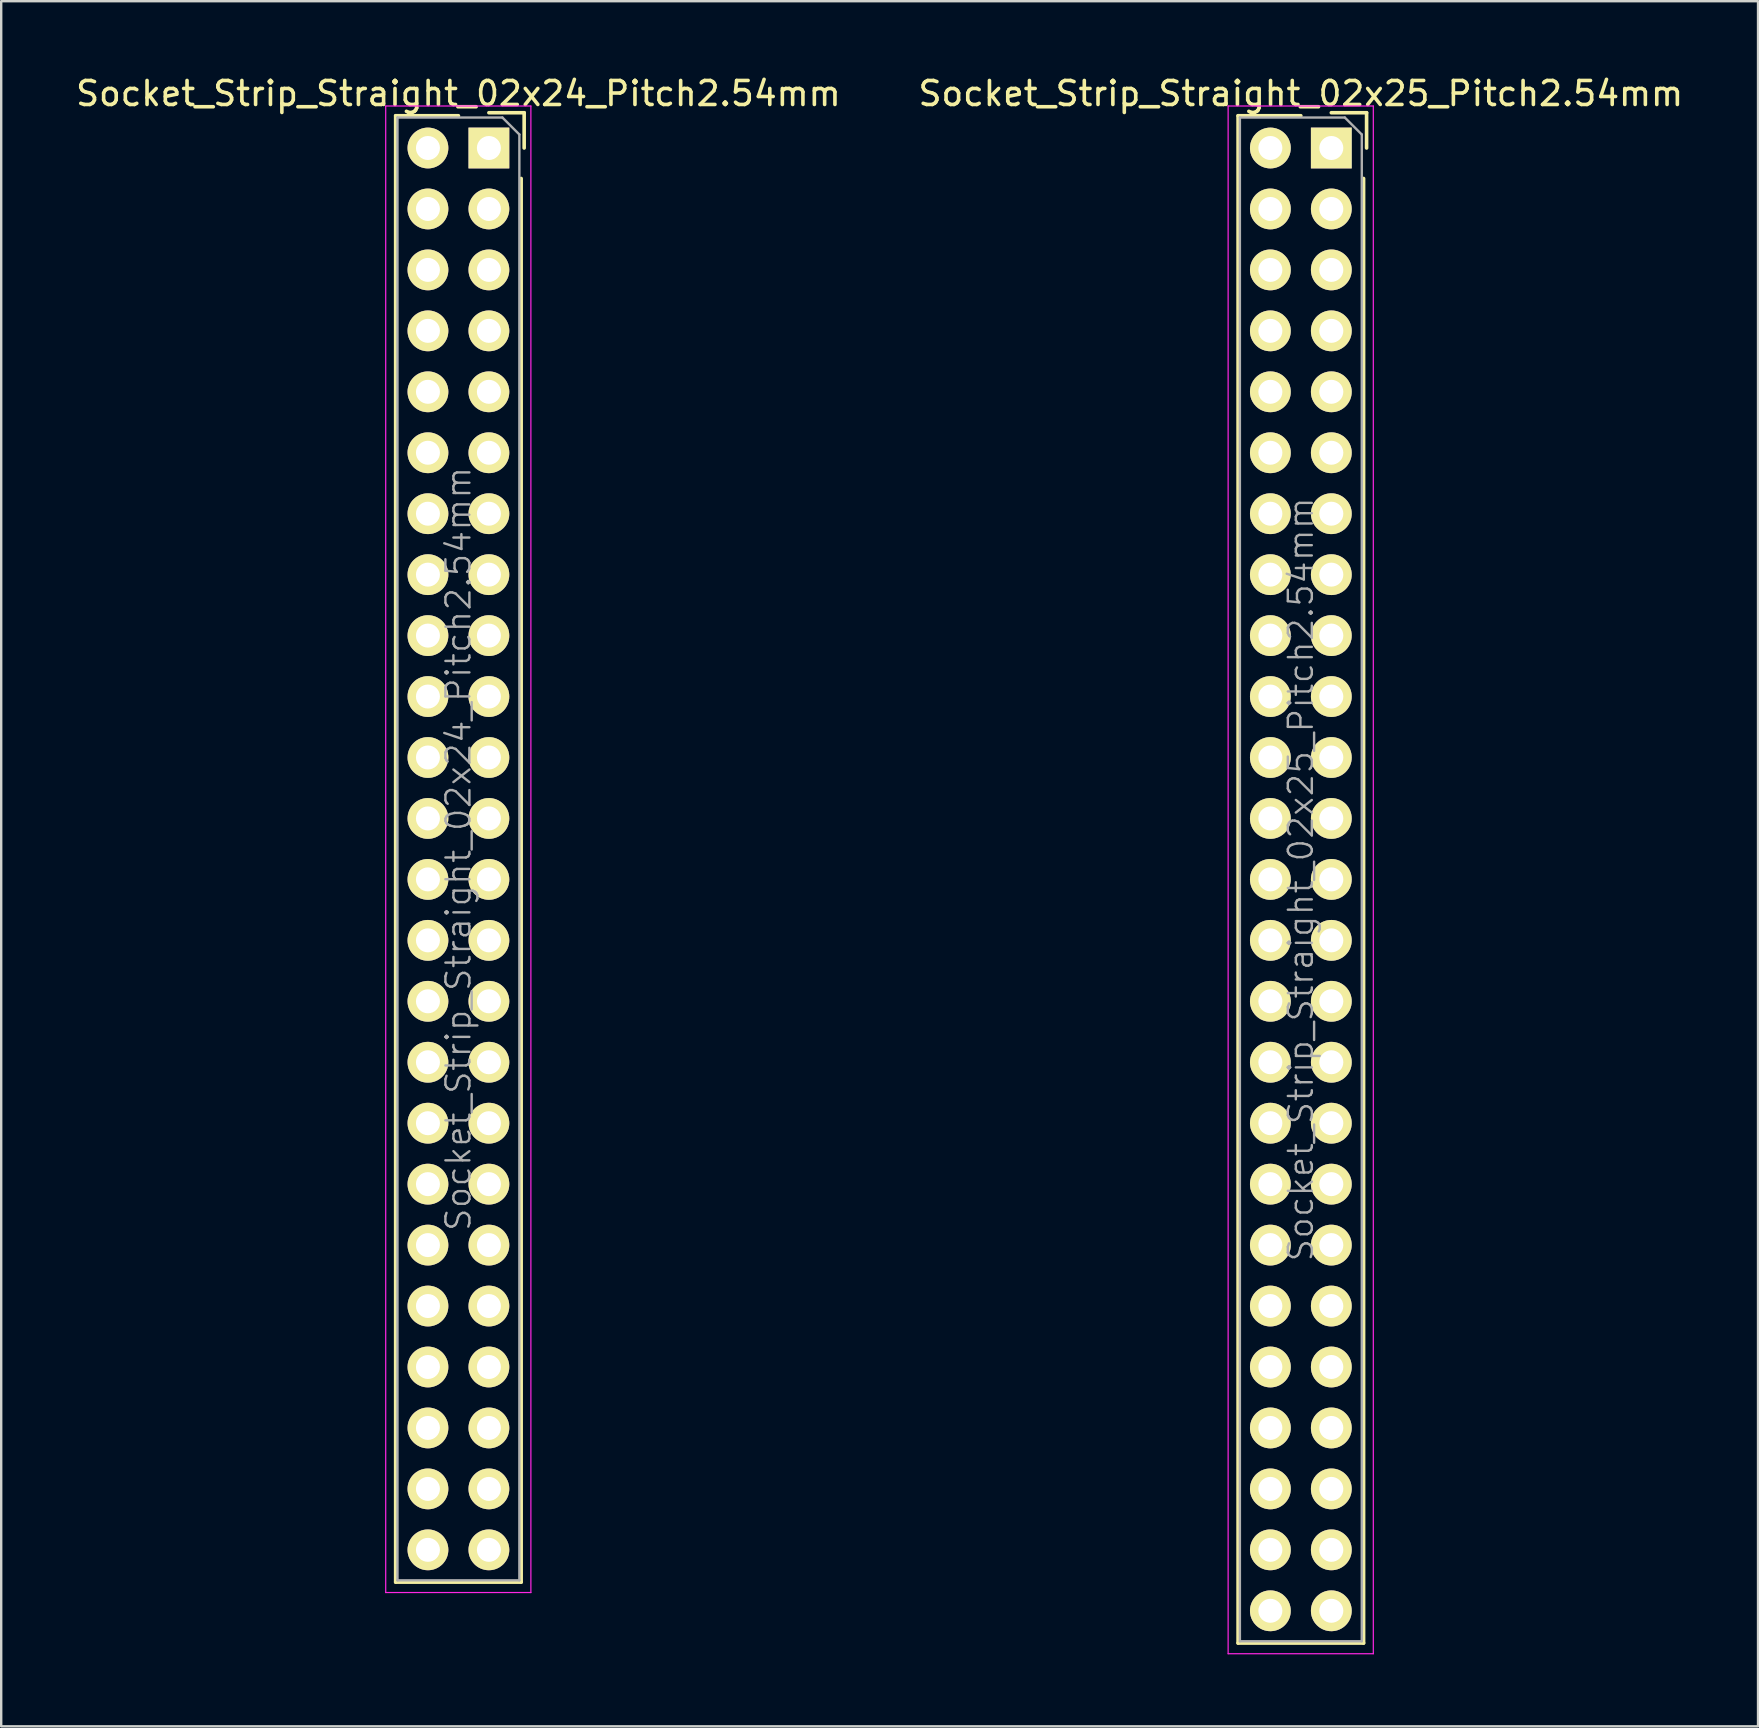
<source format=kicad_pcb>
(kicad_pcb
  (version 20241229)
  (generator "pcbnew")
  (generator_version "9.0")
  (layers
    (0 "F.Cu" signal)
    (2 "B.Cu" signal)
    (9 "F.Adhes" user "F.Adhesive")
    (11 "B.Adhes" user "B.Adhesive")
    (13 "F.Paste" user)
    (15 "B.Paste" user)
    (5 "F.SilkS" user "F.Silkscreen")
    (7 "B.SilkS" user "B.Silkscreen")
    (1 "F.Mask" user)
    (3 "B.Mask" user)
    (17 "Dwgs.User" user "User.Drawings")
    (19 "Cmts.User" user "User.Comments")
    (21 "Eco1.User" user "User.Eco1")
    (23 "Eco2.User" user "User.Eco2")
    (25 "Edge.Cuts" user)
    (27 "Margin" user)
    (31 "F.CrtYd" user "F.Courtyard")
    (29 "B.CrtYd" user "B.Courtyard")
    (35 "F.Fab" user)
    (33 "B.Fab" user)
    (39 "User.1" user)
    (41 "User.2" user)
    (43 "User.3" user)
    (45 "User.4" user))
  (footprint "Socket_Strip_Straight_02x24_Pitch2.54mm"
    (layer "F.Cu")
    (at 17.324 3.118)
    (property "Reference" "Socket_Strip_Straight_02x24_Pitch2.54mm" (at -1.27 -2.27 0) (layer "F.SilkS") (effects (font (size 1 1) (thickness 0.15))))
    (attr smd)
    (fp_line (start -3.885 -1.345) (end -3.885 59.765) (stroke (width 0.15) (type solid)) (layer "F.SilkS"))
    (fp_line (start -1.27 -1.345) (end -3.885 -1.345) (stroke (width 0.15) (type solid)) (layer "F.SilkS"))
    (fp_line (start 1.345 1.27) (end 1.345 59.765) (stroke (width 0.15) (type solid)) (layer "F.SilkS"))
    (fp_line (start 1.345 59.765) (end -3.885 59.765) (stroke (width 0.15) (type solid)) (layer "F.SilkS"))
    (fp_line (start 1.47 -1.47) (end 0 -1.47) (stroke (width 0.15) (type solid)) (layer "F.SilkS"))
    (fp_line (start 1.47 -1.47) (end 1.47 0) (stroke (width 0.15) (type solid)) (layer "F.SilkS"))
    (fp_line (start -4.3 -1.75) (end -4.3 60.2) (stroke (width 0.05) (type solid)) (layer "F.CrtYd"))
    (fp_line (start 1.75 -1.75) (end -4.3 -1.75) (stroke (width 0.05) (type solid)) (layer "F.CrtYd"))
    (fp_line (start 1.75 -1.75) (end 1.75 60.2) (stroke (width 0.05) (type solid)) (layer "F.CrtYd"))
    (fp_line (start 1.75 60.2) (end -4.3 60.2) (stroke (width 0.05) (type solid)) (layer "F.CrtYd"))
    (fp_line (start -3.81 -1.27) (end 0.563 -1.27) (stroke (width 0.1) (type solid)) (layer "F.Fab"))
    (fp_line (start -3.81 59.69) (end -3.81 -1.27) (stroke (width 0.1) (type solid)) (layer "F.Fab"))
    (fp_line (start -3.81 59.69) (end 1.27 59.69) (stroke (width 0.1) (type solid)) (layer "F.Fab"))
    (fp_line (start 1.27 -0.563) (end 0.563 -1.27) (stroke (width 0.1) (type solid)) (layer "F.Fab"))
    (fp_line (start 1.27 59.69) (end 1.27 -0.563) (stroke (width 0.1) (type solid)) (layer "F.Fab"))
    (fp_text user "${REFERENCE}" (at -1.27 29.21 90) (layer "F.Fab") (effects (font (size 1 1) (thickness 0.1))))
    (pad "1" thru_hole rect (at 0 0) (size 1.7 1.7) (drill 1) (layers "*.Cu" "*.Mask" "F.SilkS"))
    (pad "2" thru_hole oval (at -2.54 0) (size 1.7 1.7) (drill 1) (layers "*.Cu" "*.Mask" "F.SilkS"))
    (pad "3" thru_hole oval (at 0 2.54) (size 1.7 1.7) (drill 1) (layers "*.Cu" "*.Mask" "F.SilkS"))
    (pad "4" thru_hole oval (at -2.54 2.54) (size 1.7 1.7) (drill 1) (layers "*.Cu" "*.Mask" "F.SilkS"))
    (pad "5" thru_hole oval (at 0 5.08) (size 1.7 1.7) (drill 1) (layers "*.Cu" "*.Mask" "F.SilkS"))
    (pad "6" thru_hole oval (at -2.54 5.08) (size 1.7 1.7) (drill 1) (layers "*.Cu" "*.Mask" "F.SilkS"))
    (pad "7" thru_hole oval (at 0 7.62) (size 1.7 1.7) (drill 1) (layers "*.Cu" "*.Mask" "F.SilkS"))
    (pad "8" thru_hole oval (at -2.54 7.62) (size 1.7 1.7) (drill 1) (layers "*.Cu" "*.Mask" "F.SilkS"))
    (pad "9" thru_hole oval (at 0 10.16) (size 1.7 1.7) (drill 1) (layers "*.Cu" "*.Mask" "F.SilkS"))
    (pad "10" thru_hole oval (at -2.54 10.16) (size 1.7 1.7) (drill 1) (layers "*.Cu" "*.Mask" "F.SilkS"))
    (pad "11" thru_hole oval (at 0 12.7) (size 1.7 1.7) (drill 1) (layers "*.Cu" "*.Mask" "F.SilkS"))
    (pad "12" thru_hole oval (at -2.54 12.7) (size 1.7 1.7) (drill 1) (layers "*.Cu" "*.Mask" "F.SilkS"))
    (pad "13" thru_hole oval (at 0 15.24) (size 1.7 1.7) (drill 1) (layers "*.Cu" "*.Mask" "F.SilkS"))
    (pad "14" thru_hole oval (at -2.54 15.24) (size 1.7 1.7) (drill 1) (layers "*.Cu" "*.Mask" "F.SilkS"))
    (pad "15" thru_hole oval (at 0 17.78) (size 1.7 1.7) (drill 1) (layers "*.Cu" "*.Mask" "F.SilkS"))
    (pad "16" thru_hole oval (at -2.54 17.78) (size 1.7 1.7) (drill 1) (layers "*.Cu" "*.Mask" "F.SilkS"))
    (pad "17" thru_hole oval (at 0 20.32) (size 1.7 1.7) (drill 1) (layers "*.Cu" "*.Mask" "F.SilkS"))
    (pad "18" thru_hole oval (at -2.54 20.32) (size 1.7 1.7) (drill 1) (layers "*.Cu" "*.Mask" "F.SilkS"))
    (pad "19" thru_hole oval (at 0 22.86) (size 1.7 1.7) (drill 1) (layers "*.Cu" "*.Mask" "F.SilkS"))
    (pad "20" thru_hole oval (at -2.54 22.86) (size 1.7 1.7) (drill 1) (layers "*.Cu" "*.Mask" "F.SilkS"))
    (pad "21" thru_hole oval (at 0 25.4) (size 1.7 1.7) (drill 1) (layers "*.Cu" "*.Mask" "F.SilkS"))
    (pad "22" thru_hole oval (at -2.54 25.4) (size 1.7 1.7) (drill 1) (layers "*.Cu" "*.Mask" "F.SilkS"))
    (pad "23" thru_hole oval (at 0 27.94) (size 1.7 1.7) (drill 1) (layers "*.Cu" "*.Mask" "F.SilkS"))
    (pad "24" thru_hole oval (at -2.54 27.94) (size 1.7 1.7) (drill 1) (layers "*.Cu" "*.Mask" "F.SilkS"))
    (pad "25" thru_hole oval (at 0 30.48) (size 1.7 1.7) (drill 1) (layers "*.Cu" "*.Mask" "F.SilkS"))
    (pad "26" thru_hole oval (at -2.54 30.48) (size 1.7 1.7) (drill 1) (layers "*.Cu" "*.Mask" "F.SilkS"))
    (pad "27" thru_hole oval (at 0 33.02) (size 1.7 1.7) (drill 1) (layers "*.Cu" "*.Mask" "F.SilkS"))
    (pad "28" thru_hole oval (at -2.54 33.02) (size 1.7 1.7) (drill 1) (layers "*.Cu" "*.Mask" "F.SilkS"))
    (pad "29" thru_hole oval (at 0 35.56) (size 1.7 1.7) (drill 1) (layers "*.Cu" "*.Mask" "F.SilkS"))
    (pad "30" thru_hole oval (at -2.54 35.56) (size 1.7 1.7) (drill 1) (layers "*.Cu" "*.Mask" "F.SilkS"))
    (pad "31" thru_hole oval (at 0 38.1) (size 1.7 1.7) (drill 1) (layers "*.Cu" "*.Mask" "F.SilkS"))
    (pad "32" thru_hole oval (at -2.54 38.1) (size 1.7 1.7) (drill 1) (layers "*.Cu" "*.Mask" "F.SilkS"))
    (pad "33" thru_hole oval (at 0 40.64) (size 1.7 1.7) (drill 1) (layers "*.Cu" "*.Mask" "F.SilkS"))
    (pad "34" thru_hole oval (at -2.54 40.64) (size 1.7 1.7) (drill 1) (layers "*.Cu" "*.Mask" "F.SilkS"))
    (pad "35" thru_hole oval (at 0 43.18) (size 1.7 1.7) (drill 1) (layers "*.Cu" "*.Mask" "F.SilkS"))
    (pad "36" thru_hole oval (at -2.54 43.18) (size 1.7 1.7) (drill 1) (layers "*.Cu" "*.Mask" "F.SilkS"))
    (pad "37" thru_hole oval (at 0 45.72) (size 1.7 1.7) (drill 1) (layers "*.Cu" "*.Mask" "F.SilkS"))
    (pad "38" thru_hole oval (at -2.54 45.72) (size 1.7 1.7) (drill 1) (layers "*.Cu" "*.Mask" "F.SilkS"))
    (pad "39" thru_hole oval (at 0 48.26) (size 1.7 1.7) (drill 1) (layers "*.Cu" "*.Mask" "F.SilkS"))
    (pad "40" thru_hole oval (at -2.54 48.26) (size 1.7 1.7) (drill 1) (layers "*.Cu" "*.Mask" "F.SilkS"))
    (pad "41" thru_hole oval (at 0 50.8) (size 1.7 1.7) (drill 1) (layers "*.Cu" "*.Mask" "F.SilkS"))
    (pad "42" thru_hole oval (at -2.54 50.8) (size 1.7 1.7) (drill 1) (layers "*.Cu" "*.Mask" "F.SilkS"))
    (pad "43" thru_hole oval (at 0 53.34) (size 1.7 1.7) (drill 1) (layers "*.Cu" "*.Mask" "F.SilkS"))
    (pad "44" thru_hole oval (at -2.54 53.34) (size 1.7 1.7) (drill 1) (layers "*.Cu" "*.Mask" "F.SilkS"))
    (pad "45" thru_hole oval (at 0 55.88) (size 1.7 1.7) (drill 1) (layers "*.Cu" "*.Mask" "F.SilkS"))
    (pad "46" thru_hole oval (at -2.54 55.88) (size 1.7 1.7) (drill 1) (layers "*.Cu" "*.Mask" "F.SilkS"))
    (pad "47" thru_hole oval (at 0 58.42) (size 1.7 1.7) (drill 1) (layers "*.Cu" "*.Mask" "F.SilkS"))
    (pad "48" thru_hole oval (at -2.54 58.42) (size 1.7 1.7) (drill 1) (layers "*.Cu" "*.Mask" "F.SilkS")))
  (footprint "Socket_Strip_Straight_02x25_Pitch2.54mm"
    (layer "F.Cu")
    (at 52.431 3.118)
    (property "Reference" "Socket_Strip_Straight_02x25_Pitch2.54mm" (at -1.27 -2.27 0) (layer "F.SilkS") (effects (font (size 1 1) (thickness 0.15))))
    (attr smd)
    (fp_line (start -3.885 -1.345) (end -3.885 62.305) (stroke (width 0.15) (type solid)) (layer "F.SilkS"))
    (fp_line (start -1.27 -1.345) (end -3.885 -1.345) (stroke (width 0.15) (type solid)) (layer "F.SilkS"))
    (fp_line (start 1.345 1.27) (end 1.345 62.305) (stroke (width 0.15) (type solid)) (layer "F.SilkS"))
    (fp_line (start 1.345 62.305) (end -3.885 62.305) (stroke (width 0.15) (type solid)) (layer "F.SilkS"))
    (fp_line (start 1.47 -1.47) (end 0 -1.47) (stroke (width 0.15) (type solid)) (layer "F.SilkS"))
    (fp_line (start 1.47 -1.47) (end 1.47 0) (stroke (width 0.15) (type solid)) (layer "F.SilkS"))
    (fp_line (start -4.3 -1.75) (end -4.3 62.75) (stroke (width 0.05) (type solid)) (layer "F.CrtYd"))
    (fp_line (start 1.75 -1.75) (end -4.3 -1.75) (stroke (width 0.05) (type solid)) (layer "F.CrtYd"))
    (fp_line (start 1.75 -1.75) (end 1.75 62.75) (stroke (width 0.05) (type solid)) (layer "F.CrtYd"))
    (fp_line (start 1.75 62.75) (end -4.3 62.75) (stroke (width 0.05) (type solid)) (layer "F.CrtYd"))
    (fp_line (start -3.81 -1.27) (end 0.563 -1.27) (stroke (width 0.1) (type solid)) (layer "F.Fab"))
    (fp_line (start -3.81 62.23) (end -3.81 -1.27) (stroke (width 0.1) (type solid)) (layer "F.Fab"))
    (fp_line (start -3.81 62.23) (end 1.27 62.23) (stroke (width 0.1) (type solid)) (layer "F.Fab"))
    (fp_line (start 1.27 -0.563) (end 0.563 -1.27) (stroke (width 0.1) (type solid)) (layer "F.Fab"))
    (fp_line (start 1.27 62.23) (end 1.27 -0.563) (stroke (width 0.1) (type solid)) (layer "F.Fab"))
    (fp_text user "${REFERENCE}" (at -1.27 30.48 90) (layer "F.Fab") (effects (font (size 1 1) (thickness 0.1))))
    (pad "1" thru_hole rect (at 0 0) (size 1.7 1.7) (drill 1) (layers "*.Cu" "*.Mask" "F.SilkS"))
    (pad "2" thru_hole oval (at -2.54 0) (size 1.7 1.7) (drill 1) (layers "*.Cu" "*.Mask" "F.SilkS"))
    (pad "3" thru_hole oval (at 0 2.54) (size 1.7 1.7) (drill 1) (layers "*.Cu" "*.Mask" "F.SilkS"))
    (pad "4" thru_hole oval (at -2.54 2.54) (size 1.7 1.7) (drill 1) (layers "*.Cu" "*.Mask" "F.SilkS"))
    (pad "5" thru_hole oval (at 0 5.08) (size 1.7 1.7) (drill 1) (layers "*.Cu" "*.Mask" "F.SilkS"))
    (pad "6" thru_hole oval (at -2.54 5.08) (size 1.7 1.7) (drill 1) (layers "*.Cu" "*.Mask" "F.SilkS"))
    (pad "7" thru_hole oval (at 0 7.62) (size 1.7 1.7) (drill 1) (layers "*.Cu" "*.Mask" "F.SilkS"))
    (pad "8" thru_hole oval (at -2.54 7.62) (size 1.7 1.7) (drill 1) (layers "*.Cu" "*.Mask" "F.SilkS"))
    (pad "9" thru_hole oval (at 0 10.16) (size 1.7 1.7) (drill 1) (layers "*.Cu" "*.Mask" "F.SilkS"))
    (pad "10" thru_hole oval (at -2.54 10.16) (size 1.7 1.7) (drill 1) (layers "*.Cu" "*.Mask" "F.SilkS"))
    (pad "11" thru_hole oval (at 0 12.7) (size 1.7 1.7) (drill 1) (layers "*.Cu" "*.Mask" "F.SilkS"))
    (pad "12" thru_hole oval (at -2.54 12.7) (size 1.7 1.7) (drill 1) (layers "*.Cu" "*.Mask" "F.SilkS"))
    (pad "13" thru_hole oval (at 0 15.24) (size 1.7 1.7) (drill 1) (layers "*.Cu" "*.Mask" "F.SilkS"))
    (pad "14" thru_hole oval (at -2.54 15.24) (size 1.7 1.7) (drill 1) (layers "*.Cu" "*.Mask" "F.SilkS"))
    (pad "15" thru_hole oval (at 0 17.78) (size 1.7 1.7) (drill 1) (layers "*.Cu" "*.Mask" "F.SilkS"))
    (pad "16" thru_hole oval (at -2.54 17.78) (size 1.7 1.7) (drill 1) (layers "*.Cu" "*.Mask" "F.SilkS"))
    (pad "17" thru_hole oval (at 0 20.32) (size 1.7 1.7) (drill 1) (layers "*.Cu" "*.Mask" "F.SilkS"))
    (pad "18" thru_hole oval (at -2.54 20.32) (size 1.7 1.7) (drill 1) (layers "*.Cu" "*.Mask" "F.SilkS"))
    (pad "19" thru_hole oval (at 0 22.86) (size 1.7 1.7) (drill 1) (layers "*.Cu" "*.Mask" "F.SilkS"))
    (pad "20" thru_hole oval (at -2.54 22.86) (size 1.7 1.7) (drill 1) (layers "*.Cu" "*.Mask" "F.SilkS"))
    (pad "21" thru_hole oval (at 0 25.4) (size 1.7 1.7) (drill 1) (layers "*.Cu" "*.Mask" "F.SilkS"))
    (pad "22" thru_hole oval (at -2.54 25.4) (size 1.7 1.7) (drill 1) (layers "*.Cu" "*.Mask" "F.SilkS"))
    (pad "23" thru_hole oval (at 0 27.94) (size 1.7 1.7) (drill 1) (layers "*.Cu" "*.Mask" "F.SilkS"))
    (pad "24" thru_hole oval (at -2.54 27.94) (size 1.7 1.7) (drill 1) (layers "*.Cu" "*.Mask" "F.SilkS"))
    (pad "25" thru_hole oval (at 0 30.48) (size 1.7 1.7) (drill 1) (layers "*.Cu" "*.Mask" "F.SilkS"))
    (pad "26" thru_hole oval (at -2.54 30.48) (size 1.7 1.7) (drill 1) (layers "*.Cu" "*.Mask" "F.SilkS"))
    (pad "27" thru_hole oval (at 0 33.02) (size 1.7 1.7) (drill 1) (layers "*.Cu" "*.Mask" "F.SilkS"))
    (pad "28" thru_hole oval (at -2.54 33.02) (size 1.7 1.7) (drill 1) (layers "*.Cu" "*.Mask" "F.SilkS"))
    (pad "29" thru_hole oval (at 0 35.56) (size 1.7 1.7) (drill 1) (layers "*.Cu" "*.Mask" "F.SilkS"))
    (pad "30" thru_hole oval (at -2.54 35.56) (size 1.7 1.7) (drill 1) (layers "*.Cu" "*.Mask" "F.SilkS"))
    (pad "31" thru_hole oval (at 0 38.1) (size 1.7 1.7) (drill 1) (layers "*.Cu" "*.Mask" "F.SilkS"))
    (pad "32" thru_hole oval (at -2.54 38.1) (size 1.7 1.7) (drill 1) (layers "*.Cu" "*.Mask" "F.SilkS"))
    (pad "33" thru_hole oval (at 0 40.64) (size 1.7 1.7) (drill 1) (layers "*.Cu" "*.Mask" "F.SilkS"))
    (pad "34" thru_hole oval (at -2.54 40.64) (size 1.7 1.7) (drill 1) (layers "*.Cu" "*.Mask" "F.SilkS"))
    (pad "35" thru_hole oval (at 0 43.18) (size 1.7 1.7) (drill 1) (layers "*.Cu" "*.Mask" "F.SilkS"))
    (pad "36" thru_hole oval (at -2.54 43.18) (size 1.7 1.7) (drill 1) (layers "*.Cu" "*.Mask" "F.SilkS"))
    (pad "37" thru_hole oval (at 0 45.72) (size 1.7 1.7) (drill 1) (layers "*.Cu" "*.Mask" "F.SilkS"))
    (pad "38" thru_hole oval (at -2.54 45.72) (size 1.7 1.7) (drill 1) (layers "*.Cu" "*.Mask" "F.SilkS"))
    (pad "39" thru_hole oval (at 0 48.26) (size 1.7 1.7) (drill 1) (layers "*.Cu" "*.Mask" "F.SilkS"))
    (pad "40" thru_hole oval (at -2.54 48.26) (size 1.7 1.7) (drill 1) (layers "*.Cu" "*.Mask" "F.SilkS"))
    (pad "41" thru_hole oval (at 0 50.8) (size 1.7 1.7) (drill 1) (layers "*.Cu" "*.Mask" "F.SilkS"))
    (pad "42" thru_hole oval (at -2.54 50.8) (size 1.7 1.7) (drill 1) (layers "*.Cu" "*.Mask" "F.SilkS"))
    (pad "43" thru_hole oval (at 0 53.34) (size 1.7 1.7) (drill 1) (layers "*.Cu" "*.Mask" "F.SilkS"))
    (pad "44" thru_hole oval (at -2.54 53.34) (size 1.7 1.7) (drill 1) (layers "*.Cu" "*.Mask" "F.SilkS"))
    (pad "45" thru_hole oval (at 0 55.88) (size 1.7 1.7) (drill 1) (layers "*.Cu" "*.Mask" "F.SilkS"))
    (pad "46" thru_hole oval (at -2.54 55.88) (size 1.7 1.7) (drill 1) (layers "*.Cu" "*.Mask" "F.SilkS"))
    (pad "47" thru_hole oval (at 0 58.42) (size 1.7 1.7) (drill 1) (layers "*.Cu" "*.Mask" "F.SilkS"))
    (pad "48" thru_hole oval (at -2.54 58.42) (size 1.7 1.7) (drill 1) (layers "*.Cu" "*.Mask" "F.SilkS"))
    (pad "49" thru_hole oval (at 0 60.96) (size 1.7 1.7) (drill 1) (layers "*.Cu" "*.Mask" "F.SilkS"))
    (pad "50" thru_hole oval (at -2.54 60.96) (size 1.7 1.7) (drill 1) (layers "*.Cu" "*.Mask" "F.SilkS")))
  (gr_rect
    (start -3 -3)
    (end 70.214 68.893)
    (stroke (width 0.1) (type default))
    (fill no)
    (layer "Edge.Cuts")))
</source>
